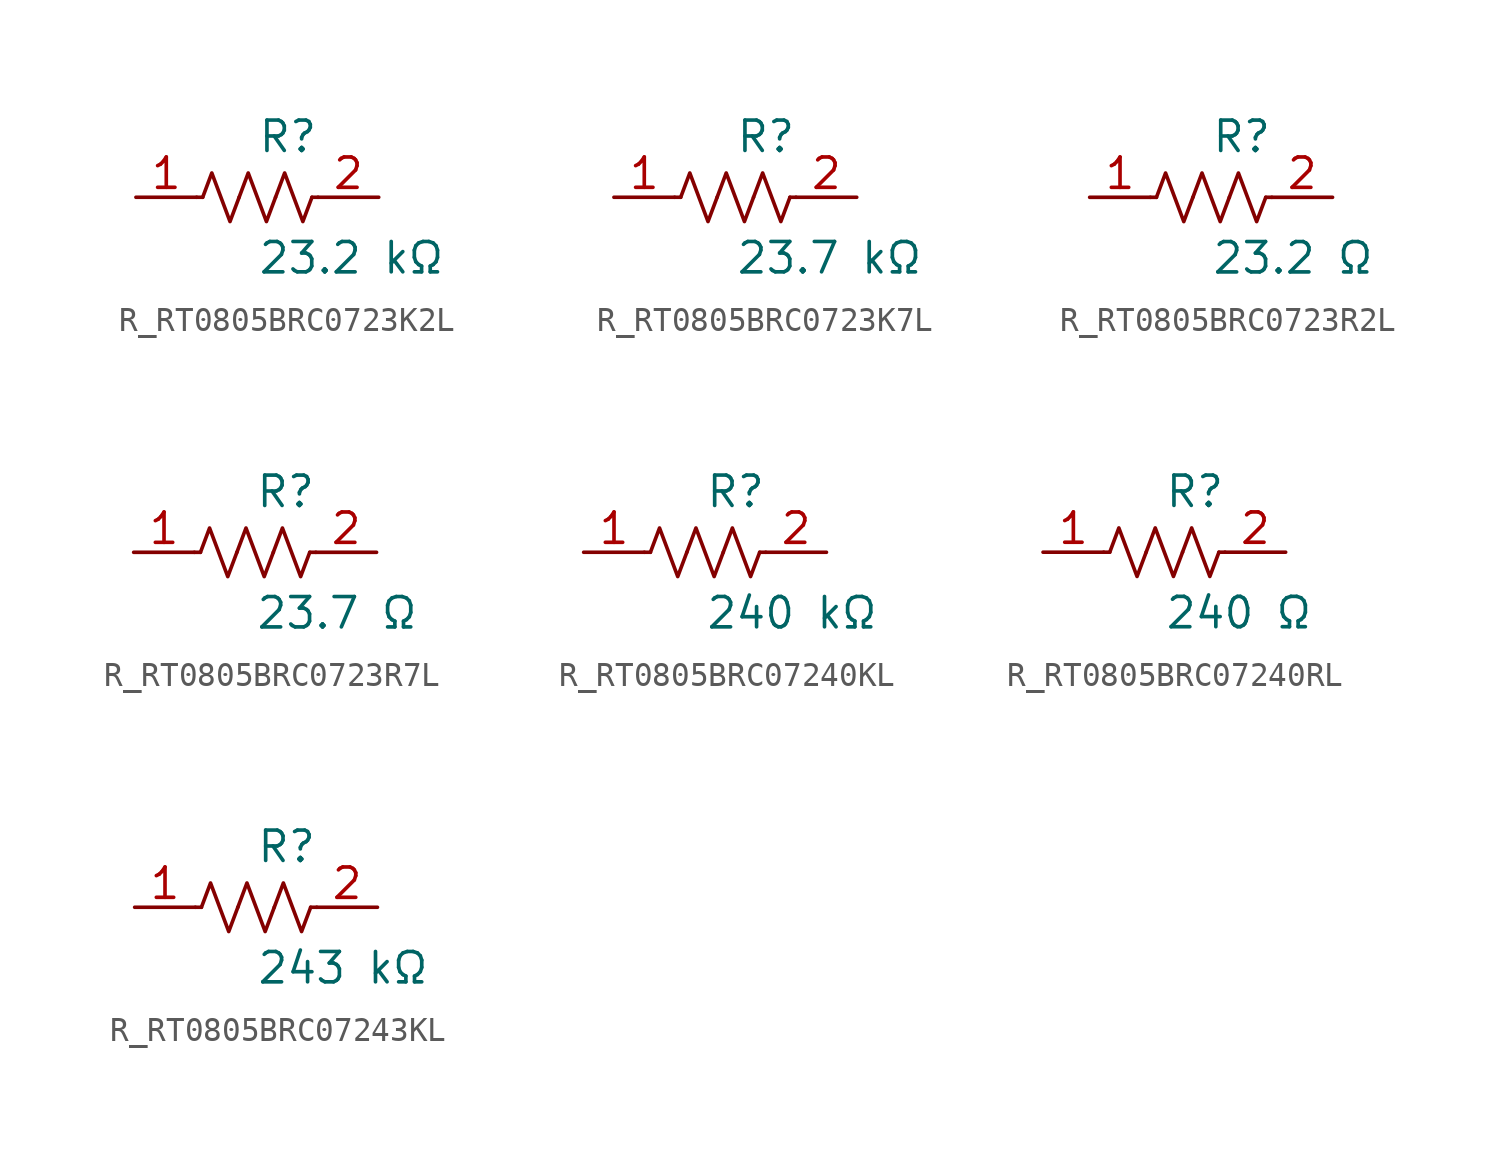
<source format=kicad_sym>
(kicad_symbol_lib
  (version 20231120)
  (generator kicad_symbol_editor)
  (generator_version 8.0)
  (symbol "R_RT0805BRC0723K2L"
    (pin_names
      (offset 0.254))
    (property "Reference" "R"
      (at 0 2.54 0)
      (effects (font (size 1.27 1.27)) (justify left)))
    (property "Value" "23.2 kΩ"
      (at 0 -2.54 0)
      (effects (font (size 1.27 1.27)) (justify left)))
    (symbol "R_RT0805BRC0723K2L_0_1"
      (polyline (pts (xy 2.286 0) (xy 2.54 0)) (stroke (width 0) (type default)) (fill (type none)))
      (polyline (pts (xy -2.286 0) (xy -2.54 0)) (stroke (width 0) (type default)) (fill (type none)))
      (polyline (pts (xy 0.762 0) (xy 1.143 1.016) (xy 1.524 0) (xy 1.905 -1.016) (xy 2.286 0)) (stroke (width 0) (type default)) (fill (type none)))
      (polyline (pts (xy -0.762 0) (xy -0.381 1.016) (xy 0 0) (xy 0.381 -1.016) (xy 0.762 0)) (stroke (width 0) (type default)) (fill (type none)))
      (polyline (pts (xy -2.286 0) (xy -1.905 1.016) (xy -1.524 0) (xy -1.143 -1.016) (xy -0.762 0)) (stroke (width 0) (type default)) (fill (type none))))
    (pin unspecified line
      (at -5.08 0 0)
      (length 2.54)
      (name "" (effects (font (size 1.27 1.27))))
      (number "1" (effects (font (size 1.27 1.27)))))
    (pin unspecified line
      (at 5.08 0 180)
      (length 2.54)
      (name "" (effects (font (size 1.27 1.27))))
      (number "2" (effects (font (size 1.27 1.27))))))
  (symbol "R_RT0805BRC0723K7L"
    (pin_names
      (offset 0.254))
    (property "Reference" "R"
      (at 0 2.54 0)
      (effects (font (size 1.27 1.27)) (justify left)))
    (property "Value" "23.7 kΩ"
      (at 0 -2.54 0)
      (effects (font (size 1.27 1.27)) (justify left)))
    (symbol "R_RT0805BRC0723K7L_0_1"
      (polyline (pts (xy 2.286 0) (xy 2.54 0)) (stroke (width 0) (type default)) (fill (type none)))
      (polyline (pts (xy -2.286 0) (xy -2.54 0)) (stroke (width 0) (type default)) (fill (type none)))
      (polyline (pts (xy 0.762 0) (xy 1.143 1.016) (xy 1.524 0) (xy 1.905 -1.016) (xy 2.286 0)) (stroke (width 0) (type default)) (fill (type none)))
      (polyline (pts (xy -0.762 0) (xy -0.381 1.016) (xy 0 0) (xy 0.381 -1.016) (xy 0.762 0)) (stroke (width 0) (type default)) (fill (type none)))
      (polyline (pts (xy -2.286 0) (xy -1.905 1.016) (xy -1.524 0) (xy -1.143 -1.016) (xy -0.762 0)) (stroke (width 0) (type default)) (fill (type none))))
    (pin unspecified line
      (at -5.08 0 0)
      (length 2.54)
      (name "" (effects (font (size 1.27 1.27))))
      (number "1" (effects (font (size 1.27 1.27)))))
    (pin unspecified line
      (at 5.08 0 180)
      (length 2.54)
      (name "" (effects (font (size 1.27 1.27))))
      (number "2" (effects (font (size 1.27 1.27))))))
  (symbol "R_RT0805BRC0723R2L"
    (pin_names
      (offset 0.254))
    (property "Reference" "R"
      (at 0 2.54 0)
      (effects (font (size 1.27 1.27)) (justify left)))
    (property "Value" "23.2 Ω"
      (at 0 -2.54 0)
      (effects (font (size 1.27 1.27)) (justify left)))
    (symbol "R_RT0805BRC0723R2L_0_1"
      (polyline (pts (xy 2.286 0) (xy 2.54 0)) (stroke (width 0) (type default)) (fill (type none)))
      (polyline (pts (xy -2.286 0) (xy -2.54 0)) (stroke (width 0) (type default)) (fill (type none)))
      (polyline (pts (xy 0.762 0) (xy 1.143 1.016) (xy 1.524 0) (xy 1.905 -1.016) (xy 2.286 0)) (stroke (width 0) (type default)) (fill (type none)))
      (polyline (pts (xy -0.762 0) (xy -0.381 1.016) (xy 0 0) (xy 0.381 -1.016) (xy 0.762 0)) (stroke (width 0) (type default)) (fill (type none)))
      (polyline (pts (xy -2.286 0) (xy -1.905 1.016) (xy -1.524 0) (xy -1.143 -1.016) (xy -0.762 0)) (stroke (width 0) (type default)) (fill (type none))))
    (pin unspecified line
      (at -5.08 0 0)
      (length 2.54)
      (name "" (effects (font (size 1.27 1.27))))
      (number "1" (effects (font (size 1.27 1.27)))))
    (pin unspecified line
      (at 5.08 0 180)
      (length 2.54)
      (name "" (effects (font (size 1.27 1.27))))
      (number "2" (effects (font (size 1.27 1.27))))))
  (symbol "R_RT0805BRC0723R7L"
    (pin_names
      (offset 0.254))
    (property "Reference" "R"
      (at 0 2.54 0)
      (effects (font (size 1.27 1.27)) (justify left)))
    (property "Value" "23.7 Ω"
      (at 0 -2.54 0)
      (effects (font (size 1.27 1.27)) (justify left)))
    (symbol "R_RT0805BRC0723R7L_0_1"
      (polyline (pts (xy 2.286 0) (xy 2.54 0)) (stroke (width 0) (type default)) (fill (type none)))
      (polyline (pts (xy -2.286 0) (xy -2.54 0)) (stroke (width 0) (type default)) (fill (type none)))
      (polyline (pts (xy 0.762 0) (xy 1.143 1.016) (xy 1.524 0) (xy 1.905 -1.016) (xy 2.286 0)) (stroke (width 0) (type default)) (fill (type none)))
      (polyline (pts (xy -0.762 0) (xy -0.381 1.016) (xy 0 0) (xy 0.381 -1.016) (xy 0.762 0)) (stroke (width 0) (type default)) (fill (type none)))
      (polyline (pts (xy -2.286 0) (xy -1.905 1.016) (xy -1.524 0) (xy -1.143 -1.016) (xy -0.762 0)) (stroke (width 0) (type default)) (fill (type none))))
    (pin unspecified line
      (at -5.08 0 0)
      (length 2.54)
      (name "" (effects (font (size 1.27 1.27))))
      (number "1" (effects (font (size 1.27 1.27)))))
    (pin unspecified line
      (at 5.08 0 180)
      (length 2.54)
      (name "" (effects (font (size 1.27 1.27))))
      (number "2" (effects (font (size 1.27 1.27))))))
  (symbol "R_RT0805BRC07240KL"
    (pin_names
      (offset 0.254))
    (property "Reference" "R"
      (at 0 2.54 0)
      (effects (font (size 1.27 1.27)) (justify left)))
    (property "Value" "240 kΩ"
      (at 0 -2.54 0)
      (effects (font (size 1.27 1.27)) (justify left)))
    (symbol "R_RT0805BRC07240KL_0_1"
      (polyline (pts (xy 2.286 0) (xy 2.54 0)) (stroke (width 0) (type default)) (fill (type none)))
      (polyline (pts (xy -2.286 0) (xy -2.54 0)) (stroke (width 0) (type default)) (fill (type none)))
      (polyline (pts (xy 0.762 0) (xy 1.143 1.016) (xy 1.524 0) (xy 1.905 -1.016) (xy 2.286 0)) (stroke (width 0) (type default)) (fill (type none)))
      (polyline (pts (xy -0.762 0) (xy -0.381 1.016) (xy 0 0) (xy 0.381 -1.016) (xy 0.762 0)) (stroke (width 0) (type default)) (fill (type none)))
      (polyline (pts (xy -2.286 0) (xy -1.905 1.016) (xy -1.524 0) (xy -1.143 -1.016) (xy -0.762 0)) (stroke (width 0) (type default)) (fill (type none))))
    (pin unspecified line
      (at -5.08 0 0)
      (length 2.54)
      (name "" (effects (font (size 1.27 1.27))))
      (number "1" (effects (font (size 1.27 1.27)))))
    (pin unspecified line
      (at 5.08 0 180)
      (length 2.54)
      (name "" (effects (font (size 1.27 1.27))))
      (number "2" (effects (font (size 1.27 1.27))))))
  (symbol "R_RT0805BRC07240RL"
    (pin_names
      (offset 0.254))
    (property "Reference" "R"
      (at 0 2.54 0)
      (effects (font (size 1.27 1.27)) (justify left)))
    (property "Value" "240 Ω"
      (at 0 -2.54 0)
      (effects (font (size 1.27 1.27)) (justify left)))
    (symbol "R_RT0805BRC07240RL_0_1"
      (polyline (pts (xy 2.286 0) (xy 2.54 0)) (stroke (width 0) (type default)) (fill (type none)))
      (polyline (pts (xy -2.286 0) (xy -2.54 0)) (stroke (width 0) (type default)) (fill (type none)))
      (polyline (pts (xy 0.762 0) (xy 1.143 1.016) (xy 1.524 0) (xy 1.905 -1.016) (xy 2.286 0)) (stroke (width 0) (type default)) (fill (type none)))
      (polyline (pts (xy -0.762 0) (xy -0.381 1.016) (xy 0 0) (xy 0.381 -1.016) (xy 0.762 0)) (stroke (width 0) (type default)) (fill (type none)))
      (polyline (pts (xy -2.286 0) (xy -1.905 1.016) (xy -1.524 0) (xy -1.143 -1.016) (xy -0.762 0)) (stroke (width 0) (type default)) (fill (type none))))
    (pin unspecified line
      (at -5.08 0 0)
      (length 2.54)
      (name "" (effects (font (size 1.27 1.27))))
      (number "1" (effects (font (size 1.27 1.27)))))
    (pin unspecified line
      (at 5.08 0 180)
      (length 2.54)
      (name "" (effects (font (size 1.27 1.27))))
      (number "2" (effects (font (size 1.27 1.27))))))
  (symbol "R_RT0805BRC07243KL"
    (pin_names
      (offset 0.254))
    (property "Reference" "R"
      (at 0 2.54 0)
      (effects (font (size 1.27 1.27)) (justify left)))
    (property "Value" "243 kΩ"
      (at 0 -2.54 0)
      (effects (font (size 1.27 1.27)) (justify left)))
    (symbol "R_RT0805BRC07243KL_0_1"
      (polyline (pts (xy 2.286 0) (xy 2.54 0)) (stroke (width 0) (type default)) (fill (type none)))
      (polyline (pts (xy -2.286 0) (xy -2.54 0)) (stroke (width 0) (type default)) (fill (type none)))
      (polyline (pts (xy 0.762 0) (xy 1.143 1.016) (xy 1.524 0) (xy 1.905 -1.016) (xy 2.286 0)) (stroke (width 0) (type default)) (fill (type none)))
      (polyline (pts (xy -0.762 0) (xy -0.381 1.016) (xy 0 0) (xy 0.381 -1.016) (xy 0.762 0)) (stroke (width 0) (type default)) (fill (type none)))
      (polyline (pts (xy -2.286 0) (xy -1.905 1.016) (xy -1.524 0) (xy -1.143 -1.016) (xy -0.762 0)) (stroke (width 0) (type default)) (fill (type none))))
    (pin unspecified line
      (at -5.08 0 0)
      (length 2.54)
      (name "" (effects (font (size 1.27 1.27))))
      (number "1" (effects (font (size 1.27 1.27)))))
    (pin unspecified line
      (at 5.08 0 180)
      (length 2.54)
      (name "" (effects (font (size 1.27 1.27))))
      (number "2" (effects (font (size 1.27 1.27)))))))
</source>
